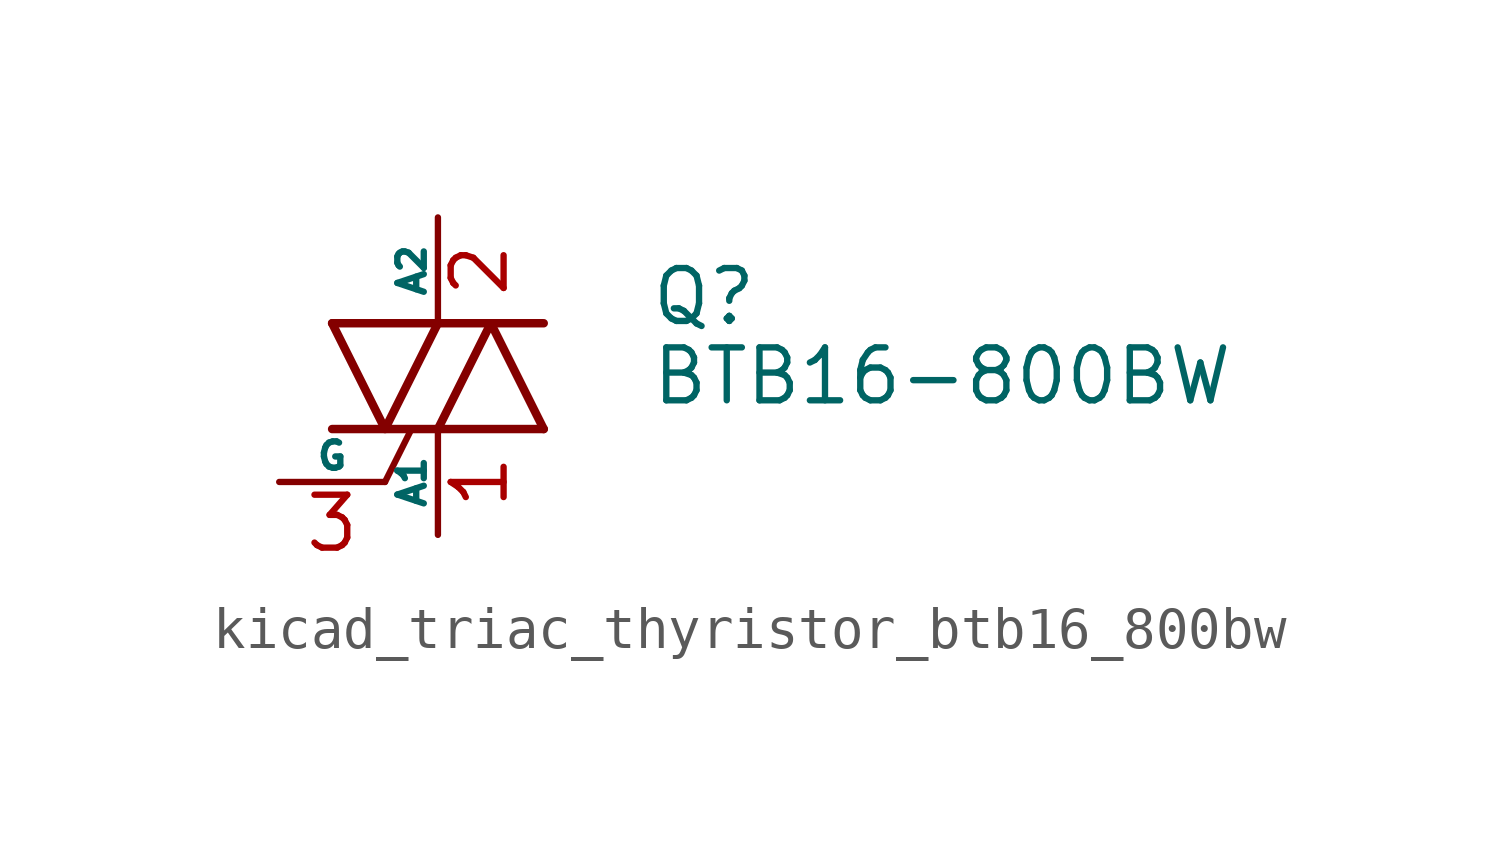
<source format=kicad_sym>
(kicad_symbol_lib
  (version 20220914)
  (generator kicad_symbol_editor)
  (symbol "kicad_triac_thyristor_btb16_800bw"
    (pin_names
      (offset 0))
    (property "Reference" "Q"
      (at 5.08 1.905 0)
      (effects (font (size 1.27 1.27)) (justify left)))
    (property "Value" "BTB16-800BW"
      (at 5.08 0 0)
      (effects (font (size 1.27 1.27)) (justify left)))
    (symbol "kicad_triac_thyristor_btb16_800bw_0_1"
      (polyline (pts (xy -2.54 -1.27) (xy 2.54 -1.27)) (stroke (width 0.203) (type default)) (fill (type none)))
      (polyline (pts (xy -2.54 1.27) (xy 2.54 1.27)) (stroke (width 0.203) (type default)) (fill (type none)))
      (polyline (pts (xy -1.27 -2.54) (xy -0.635 -1.27)) (stroke (width 0) (type default)) (fill (type none)))
      (polyline (pts (xy -2.54 1.27) (xy -1.27 -1.27) (xy 0 1.27)) (stroke (width 0.203) (type default)) (fill (type none)))
      (polyline (pts (xy 0 -1.27) (xy 1.27 1.27) (xy 2.54 -1.27)) (stroke (width 0.203) (type default)) (fill (type none))))
    (symbol "kicad_triac_thyristor_btb16_800bw_1_1"
      (pin passive line (at 0 -3.81 90) (length 2.54) (name "A1" (effects (font (size 0.635 0.635)))) (number "1" (effects (font (size 1.27 1.27)))))
      (pin passive line (at 0 3.81 270) (length 2.54) (name "A2" (effects (font (size 0.635 0.635)))) (number "2" (effects (font (size 1.27 1.27)))))
      (pin input line (at -3.81 -2.54 0) (length 2.54) (name "G" (effects (font (size 0.635 0.635)))) (number "3" (effects (font (size 1.27 1.27))))))))
</source>
